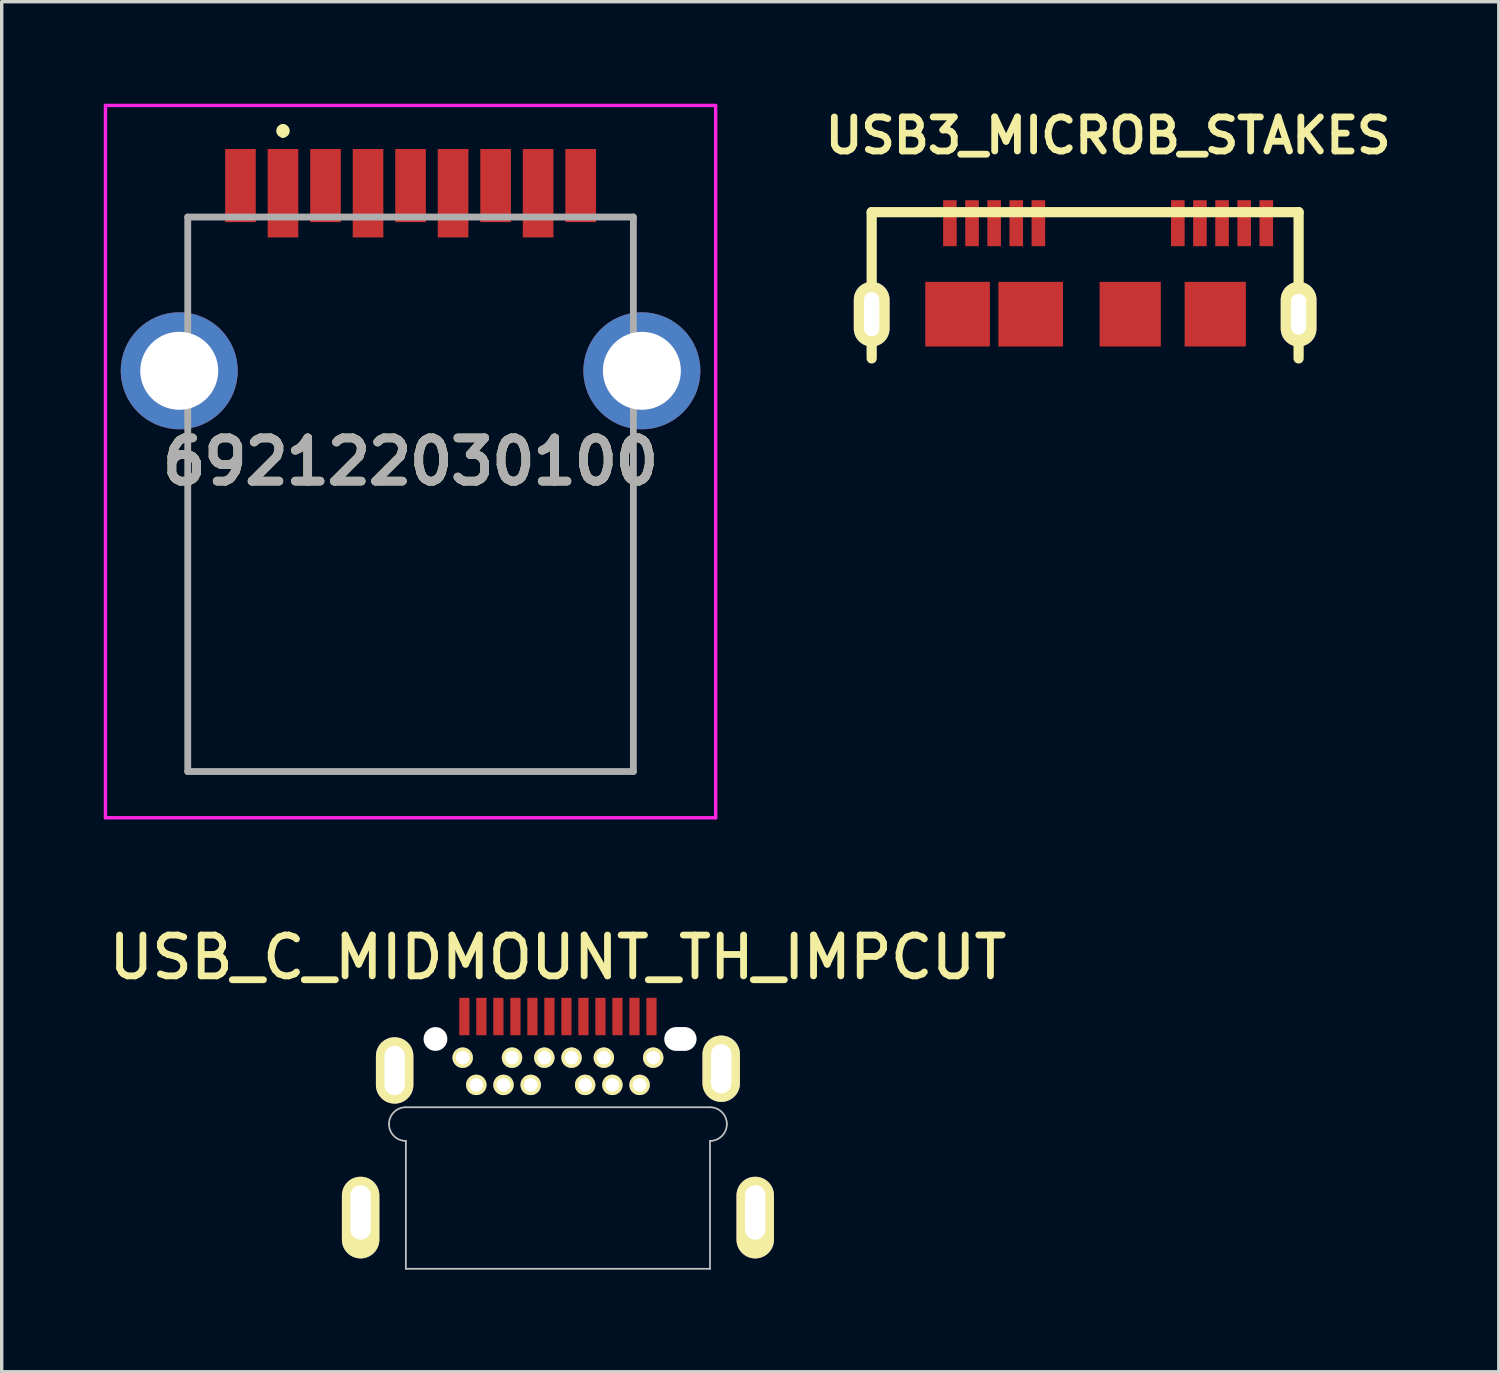
<source format=kicad_pcb>
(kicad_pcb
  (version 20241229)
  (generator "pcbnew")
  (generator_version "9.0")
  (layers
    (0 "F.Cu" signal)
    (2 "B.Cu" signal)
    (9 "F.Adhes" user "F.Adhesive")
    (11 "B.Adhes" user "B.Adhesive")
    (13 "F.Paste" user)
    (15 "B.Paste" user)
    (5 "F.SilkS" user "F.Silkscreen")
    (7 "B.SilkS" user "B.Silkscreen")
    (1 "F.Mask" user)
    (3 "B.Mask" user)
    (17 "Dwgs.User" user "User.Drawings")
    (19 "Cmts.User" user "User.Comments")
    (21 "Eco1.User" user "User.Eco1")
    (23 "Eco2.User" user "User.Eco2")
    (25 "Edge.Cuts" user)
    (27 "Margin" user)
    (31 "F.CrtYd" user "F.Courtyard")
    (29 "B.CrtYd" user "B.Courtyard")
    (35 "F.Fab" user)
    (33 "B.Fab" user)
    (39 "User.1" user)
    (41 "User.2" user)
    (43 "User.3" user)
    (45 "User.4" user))
  (footprint "USB3_MICROB_STAKES"
    (layer "F.Cu")
    (at 29.524 7.636)
    (property "Reference" "USB3_MICROB_STAKES" (at 0 -6.7 0) (layer "F.SilkS") (effects (font (size 1 1) (thickness 0.2))))
    (attr smd)
    (fp_line (start -6.95 -0.15) (end -6.95 -4.45) (stroke (width 0.3) (type solid)) (layer "F.SilkS"))
    (fp_line (start 5.6 -4.45) (end -6.95 -4.45) (stroke (width 0.3) (type solid)) (layer "F.SilkS"))
    (fp_line (start 5.6 -4.45) (end 5.6 -0.15) (stroke (width 0.3) (type solid)) (layer "F.SilkS"))
    (pad "1" smd rect (at -4.65 -4.125) (size 0.4 1.35) (layers "F.Cu" "F.Mask" "F.Paste"))
    (pad "2" smd rect (at -4 -4.125) (size 0.4 1.35) (layers "F.Cu" "F.Mask" "F.Paste"))
    (pad "3" smd rect (at -3.35 -4.125) (size 0.4 1.35) (layers "F.Cu" "F.Mask" "F.Paste"))
    (pad "4" smd rect (at -2.7 -4.125) (size 0.4 1.35) (layers "F.Cu" "F.Mask" "F.Paste"))
    (pad "5" smd rect (at -2.05 -4.125) (size 0.4 1.35) (layers "F.Cu" "F.Mask" "F.Paste"))
    (pad "6" smd rect (at 2.05 -4.125) (size 0.4 1.35) (layers "F.Cu" "F.Mask" "F.Paste"))
    (pad "7" smd rect (at 2.7 -4.125) (size 0.4 1.35) (layers "F.Cu" "F.Mask" "F.Paste"))
    (pad "8" smd rect (at 3.35 -4.125) (size 0.4 1.35) (layers "F.Cu" "F.Mask" "F.Paste"))
    (pad "9" smd rect (at 4 -4.125) (size 0.4 1.35) (layers "F.Cu" "F.Mask" "F.Paste"))
    (pad "10" smd rect (at 4.65 -4.125) (size 0.4 1.35) (layers "F.Cu" "F.Mask" "F.Paste"))
    (pad "11" thru_hole oval (at -6.95 -1.45) (size 1.05 1.9) (drill oval 0.45 1.3) (layers "*.Cu" "*.Mask" "F.SilkS" "F.Paste"))
    (pad "11" smd rect (at -4.425 -1.45) (size 1.9 1.9) (layers "F.Cu" "F.Mask" "F.Paste"))
    (pad "11" smd rect (at -2.275 -1.45) (size 1.9 1.9) (layers "F.Cu" "F.Mask" "F.Paste"))
    (pad "11" smd rect (at 0.65 -1.45) (size 1.8 1.9) (layers "F.Cu" "F.Mask" "F.Paste"))
    (pad "11" smd rect (at 3.15 -1.45) (size 1.8 1.9) (layers "F.Cu" "F.Mask" "F.Paste"))
    (pad "11" thru_hole oval (at 5.6 -1.45) (size 1.05 1.9) (drill oval 0.45 1.2) (layers "*.Cu" "*.Mask" "F.SilkS" "F.Paste")))
  (footprint "USB_C_MIDMOUNT_TH_IMPCUT"
    (layer "F.Cu")
    (at 13.351 27.492)
    (property "Reference" "USB_C_MIDMOUNT_TH_IMPCUT" (at 0 -2.4 0) (layer "F.SilkS") (effects (font (size 1.2 1.2) (thickness 0.2))))
    (attr smd)
    (fp_line (start -7.2 4) (end -7.2 6.25) (stroke (width 0.65) (type solid)) (layer "F.Paste"))
    (fp_line (start -7.2 6.25) (end -5.45 6.25) (stroke (width 0.65) (type solid)) (layer "F.Paste"))
    (fp_line (start -6.6 -0.5) (end -6.6 1.65) (stroke (width 0.65) (type solid)) (layer "F.Paste"))
    (fp_line (start -6.6 1.65) (end -4.45 1.65) (stroke (width 0.65) (type solid)) (layer "F.Paste"))
    (fp_line (start -6.6 4) (end -6.6 6.25) (stroke (width 0.65) (type solid)) (layer "F.Paste"))
    (fp_line (start -6.05 6.25) (end -6.05 4) (stroke (width 0.65) (type solid)) (layer "F.Paste"))
    (fp_line (start -6 -0.45) (end -6 1.65) (stroke (width 0.65) (type solid)) (layer "F.Paste"))
    (fp_line (start -5.45 4) (end -7.2 4) (stroke (width 0.65) (type solid)) (layer "F.Paste"))
    (fp_line (start -5.45 6.25) (end -5.45 4) (stroke (width 0.65) (type solid)) (layer "F.Paste"))
    (fp_line (start -5.4 -0.5) (end -5.4 1.65) (stroke (width 0.65) (type solid)) (layer "F.Paste"))
    (fp_line (start -4.9 -0.5) (end -4.9 1.65) (stroke (width 0.65) (type solid)) (layer "F.Paste"))
    (fp_line (start -4.45 -0.5) (end -6.6 -0.5) (stroke (width 0.65) (type solid)) (layer "F.Paste"))
    (fp_line (start -4.45 1.65) (end -4.45 -0.5) (stroke (width 0.65) (type solid)) (layer "F.Paste"))
    (fp_line (start -2.8 0.55) (end -2.8 0.38) (stroke (width 0.65) (type solid)) (layer "F.Paste"))
    (fp_line (start -2.8 0.55) (end -2.4 0.55) (stroke (width 0.65) (type solid)) (layer "F.Paste"))
    (fp_line (start -2.8 1.5) (end -2.4 1.5) (stroke (width 0.65) (type solid)) (layer "F.Paste"))
    (fp_line (start -2.4 1.35) (end -2.4 1.5) (stroke (width 0.65) (type solid)) (layer "F.Paste"))
    (fp_line (start -1.6 1.35) (end -1.6 1.65) (stroke (width 0.65) (type solid)) (layer "F.Paste"))
    (fp_line (start -1.35 0.55) (end -1.6 0.55) (stroke (width 0.65) (type solid)) (layer "F.Paste"))
    (fp_line (start -1.35 0.55) (end -1.35 0.38) (stroke (width 0.65) (type solid)) (layer "F.Paste"))
    (fp_line (start -0.8 1.35) (end -0.8 1.5) (stroke (width 0.65) (type solid)) (layer "F.Paste"))
    (fp_line (start -0.8 1.5) (end -0.4 1.5) (stroke (width 0.65) (type solid)) (layer "F.Paste"))
    (fp_line (start -0.4 0.55) (end -0.55 0.55) (stroke (width 0.65) (type solid)) (layer "F.Paste"))
    (fp_line (start -0.4 0.55) (end -0.4 0.38) (stroke (width 0.65) (type solid)) (layer "F.Paste"))
    (fp_line (start 0.4 0.55) (end 0.4 0.38) (stroke (width 0.65) (type solid)) (layer "F.Paste"))
    (fp_line (start 0.4 0.55) (end 0.55 0.55) (stroke (width 0.65) (type solid)) (layer "F.Paste"))
    (fp_line (start 0.4 1.5) (end 0.8 1.5) (stroke (width 0.65) (type solid)) (layer "F.Paste"))
    (fp_line (start 0.8 1.35) (end 0.8 1.5) (stroke (width 0.65) (type solid)) (layer "F.Paste"))
    (fp_line (start 1.35 0.55) (end 1.35 0.38) (stroke (width 0.65) (type solid)) (layer "F.Paste"))
    (fp_line (start 1.35 0.55) (end 1.6 0.55) (stroke (width 0.65) (type solid)) (layer "F.Paste"))
    (fp_line (start 1.6 1.35) (end 1.6 1.65) (stroke (width 0.65) (type solid)) (layer "F.Paste"))
    (fp_line (start 2.4 1.35) (end 2.4 1.5) (stroke (width 0.65) (type solid)) (layer "F.Paste"))
    (fp_line (start 2.4 1.5) (end 2.8 1.5) (stroke (width 0.65) (type solid)) (layer "F.Paste"))
    (fp_line (start 2.8 0.55) (end 2.4 0.55) (stroke (width 0.65) (type solid)) (layer "F.Paste"))
    (fp_line (start 2.8 0.55) (end 2.8 0.38) (stroke (width 0.65) (type solid)) (layer "F.Paste"))
    (fp_line (start 4.45 -0.5) (end 4.45 1.65) (stroke (width 0.65) (type solid)) (layer "F.Paste"))
    (fp_line (start 4.45 1.65) (end 6.6 1.65) (stroke (width 0.65) (type solid)) (layer "F.Paste"))
    (fp_line (start 5.05 -0.45) (end 5.05 1.65) (stroke (width 0.65) (type solid)) (layer "F.Paste"))
    (fp_line (start 5.45 4) (end 5.45 6.25) (stroke (width 0.65) (type solid)) (layer "F.Paste"))
    (fp_line (start 5.45 6.25) (end 7.2 6.25) (stroke (width 0.65) (type solid)) (layer "F.Paste"))
    (fp_line (start 5.65 -0.5) (end 5.65 1.65) (stroke (width 0.65) (type solid)) (layer "F.Paste"))
    (fp_line (start 6.05 4) (end 6.05 6.25) (stroke (width 0.65) (type solid)) (layer "F.Paste"))
    (fp_line (start 6.15 -0.5) (end 6.15 1.65) (stroke (width 0.65) (type solid)) (layer "F.Paste"))
    (fp_line (start 6.6 -0.5) (end 4.45 -0.5) (stroke (width 0.65) (type solid)) (layer "F.Paste"))
    (fp_line (start 6.6 1.65) (end 6.6 -0.5) (stroke (width 0.65) (type solid)) (layer "F.Paste"))
    (fp_line (start 6.6 6.25) (end 6.6 4) (stroke (width 0.65) (type solid)) (layer "F.Paste"))
    (fp_line (start 7.2 4) (end 5.45 4) (stroke (width 0.65) (type solid)) (layer "F.Paste"))
    (fp_line (start 7.2 6.25) (end 7.2 4) (stroke (width 0.65) (type solid)) (layer "F.Paste"))
    (fp_line (start -4.47 2.007) (end 4.47 2.007) (stroke (width 0.051) (type solid)) (layer "Dwgs.User"))
    (fp_line (start -4.47 6.756) (end -4.47 2.997) (stroke (width 0.051) (type solid)) (layer "Dwgs.User"))
    (fp_line (start 4.47 2.997) (end 4.47 6.756) (stroke (width 0.051) (type solid)) (layer "Dwgs.User"))
    (fp_line (start 4.47 6.756) (end -4.47 6.756) (stroke (width 0.051) (type solid)) (layer "Dwgs.User"))
    (fp_arc (start -4.9657 2.5019) (mid -4.82063 2.15167) (end -4.4704 2.0066) (stroke (width 0.0508) (type solid)) (layer "Dwgs.User"))
    (fp_arc (start -4.4704 2.9972) (mid -4.82063 2.85213) (end -4.9657 2.5019) (stroke (width 0.0508) (type solid)) (layer "Dwgs.User"))
    (fp_arc (start 4.4704 2.0066) (mid 4.82063 2.15167) (end 4.9657 2.5019) (stroke (width 0.0508) (type solid)) (layer "Dwgs.User"))
    (fp_arc (start 4.9657 2.5019) (mid 4.82063 2.85213) (end 4.4704 2.9972) (stroke (width 0.0508) (type solid)) (layer "Dwgs.User"))
    (pad "" np_thru_hole circle (at -3.6 0) (size 0.7 0.7) (drill 0.7) (layers "*.Cu" "*.Mask"))
    (pad "" np_thru_hole oval (at 3.6 0) (size 0.95 0.7) (drill oval 0.95 0.7) (layers "*.Cu" "*.Mask"))
    (pad "1" smd rect (at -2.75 -0.66) (size 0.3 1.1) (layers "F.Cu" "F.Mask" "F.Paste"))
    (pad "2" smd rect (at -2.25 -0.66) (size 0.3 1.1) (layers "F.Cu" "F.Mask" "F.Paste"))
    (pad "3" smd rect (at -1.75 -0.66) (size 0.3 1.1) (layers "F.Cu" "F.Mask" "F.Paste"))
    (pad "4" smd rect (at -1.25 -0.66) (size 0.3 1.1) (layers "F.Cu" "F.Mask" "F.Paste"))
    (pad "5" smd rect (at -0.75 -0.66) (size 0.3 1.1) (layers "F.Cu" "F.Mask" "F.Paste"))
    (pad "6" smd rect (at -0.25 -0.66) (size 0.3 1.1) (layers "F.Cu" "F.Mask" "F.Paste"))
    (pad "7" smd rect (at 0.25 -0.66) (size 0.3 1.1) (layers "F.Cu" "F.Mask" "F.Paste"))
    (pad "8" smd rect (at 0.75 -0.66) (size 0.3 1.1) (layers "F.Cu" "F.Mask" "F.Paste"))
    (pad "9" smd rect (at 1.25 -0.66) (size 0.3 1.1) (layers "F.Cu" "F.Mask" "F.Paste"))
    (pad "10" smd rect (at 1.75 -0.66) (size 0.3 1.1) (layers "F.Cu" "F.Mask" "F.Paste"))
    (pad "11" smd rect (at 2.25 -0.66) (size 0.3 1.1) (layers "F.Cu" "F.Mask" "F.Paste"))
    (pad "12" smd rect (at 2.75 -0.66) (size 0.3 1.1) (layers "F.Cu" "F.Mask" "F.Paste"))
    (pad "13" thru_hole circle (at 2.8 0.55) (size 0.6 0.6) (drill 0.4) (layers "*.Cu" "*.Mask" "F.SilkS"))
    (pad "14" thru_hole circle (at 2.4 1.35) (size 0.6 0.6) (drill 0.4) (layers "*.Cu" "*.Mask" "F.SilkS"))
    (pad "15" thru_hole circle (at 1.6 1.35) (size 0.6 0.6) (drill 0.4) (layers "*.Cu" "*.Mask" "F.SilkS"))
    (pad "16" thru_hole circle (at 1.35 0.55) (size 0.6 0.6) (drill 0.4) (layers "*.Cu" "*.Mask" "F.SilkS"))
    (pad "17" thru_hole circle (at 0.8 1.35) (size 0.6 0.6) (drill 0.4) (layers "*.Cu" "*.Mask" "F.SilkS"))
    (pad "18" thru_hole circle (at 0.4 0.55) (size 0.6 0.6) (drill 0.4) (layers "*.Cu" "*.Mask" "F.SilkS"))
    (pad "19" thru_hole circle (at -0.4 0.55) (size 0.6 0.6) (drill 0.4) (layers "*.Cu" "*.Mask" "F.SilkS"))
    (pad "20" thru_hole circle (at -0.8 1.35) (size 0.6 0.6) (drill 0.4) (layers "*.Cu" "*.Mask" "F.SilkS"))
    (pad "21" thru_hole circle (at -1.35 0.55) (size 0.6 0.6) (drill 0.4) (layers "*.Cu" "*.Mask" "F.SilkS"))
    (pad "22" thru_hole circle (at -1.6 1.35) (size 0.6 0.6) (drill 0.4) (layers "*.Cu" "*.Mask" "F.SilkS"))
    (pad "23" thru_hole circle (at -2.4 1.35) (size 0.6 0.6) (drill 0.4) (layers "*.Cu" "*.Mask" "F.SilkS"))
    (pad "24" thru_hole circle (at -2.8 0.55) (size 0.6 0.6) (drill 0.4) (layers "*.Cu" "*.Mask" "F.SilkS"))
    (pad "25" thru_hole oval (at -5.8 5.1) (size 1.1 2.4) (drill oval 0.6 1.6 (offset 0 0.15)) (layers "*.Cu" "*.Mask" "F.SilkS"))
    (pad "25" thru_hole oval (at -4.8 0.925) (size 1.1 1.95) (drill oval 0.6 1.45) (layers "*.Cu" "*.Mask" "F.SilkS"))
    (pad "25" thru_hole oval (at 4.8 0.875) (size 1.1 1.95) (drill oval 0.6 1.45) (layers "*.Cu" "*.Mask" "F.SilkS"))
    (pad "25" thru_hole oval (at 5.8 5.1) (size 1.1 2.4) (drill oval 0.6 1.6 (offset 0 0.15)) (layers "*.Cu" "*.Mask" "F.SilkS")))
  (footprint "692122030100"
    (layer "F.Cu")
    (at 9.019 7.85)
    (property "Reference" "692122030100" (at 0 2.669 0) (layer "F.SilkS") (effects (font (size 1.27 1.27) (thickness 0.254))))
    (attr through_hole)
    (fp_line (start -6.55 -4.52) (end -6.55 -2.52) (stroke (width 0.1) (type solid)) (layer "F.SilkS"))
    (fp_line (start -6.55 2.479) (end -6.55 11.78) (stroke (width 0.1) (type solid)) (layer "F.SilkS"))
    (fp_line (start -6.55 11.78) (end 6.55 11.78) (stroke (width 0.1) (type solid)) (layer "F.SilkS"))
    (fp_line (start -3.75 -7.153) (end -3.75 -7.153) (stroke (width 0.2) (type solid)) (layer "F.SilkS"))
    (fp_line (start -3.75 -6.953) (end -3.75 -6.953) (stroke (width 0.2) (type solid)) (layer "F.SilkS"))
    (fp_line (start 6.55 -4.52) (end 6.55 -2.52) (stroke (width 0.1) (type solid)) (layer "F.SilkS"))
    (fp_line (start 6.55 11.78) (end 6.55 2.479) (stroke (width 0.1) (type solid)) (layer "F.SilkS"))
    (fp_arc (start -3.75 -7.153) (mid -3.65 -7.053) (end -3.75 -6.953) (stroke (width 0.2) (type solid)) (layer "F.SilkS"))
    (fp_arc (start -3.75 -6.953) (mid -3.85 -7.053) (end -3.75 -7.153) (stroke (width 0.2) (type solid)) (layer "F.SilkS"))
    (fp_line (start -8.969 -7.8) (end 8.969 -7.8) (stroke (width 0.1) (type solid)) (layer "F.CrtYd"))
    (fp_line (start -8.969 13.139) (end -8.969 -7.8) (stroke (width 0.1) (type solid)) (layer "F.CrtYd"))
    (fp_line (start 8.969 -7.8) (end 8.969 13.139) (stroke (width 0.1) (type solid)) (layer "F.CrtYd"))
    (fp_line (start 8.969 13.139) (end -8.969 13.139) (stroke (width 0.1) (type solid)) (layer "F.CrtYd"))
    (fp_line (start -6.55 -4.52) (end 6.55 -4.52) (stroke (width 0.2) (type solid)) (layer "F.Fab"))
    (fp_line (start -6.55 11.78) (end -6.55 -4.52) (stroke (width 0.2) (type solid)) (layer "F.Fab"))
    (fp_line (start 6.55 -4.52) (end 6.55 11.78) (stroke (width 0.2) (type solid)) (layer "F.Fab"))
    (fp_line (start 6.55 11.78) (end -6.55 11.78) (stroke (width 0.2) (type solid)) (layer "F.Fab"))
    (fp_text user "${REFERENCE}" (at 0 2.669 0) (layer "F.Fab") (effects (font (size 1.27 1.27) (thickness 0.254))))
    (pad "" np_thru_hole circle (at -3.4 0) (size 0.001 0.001) (drill 2) (layers "*.Cu" "*.Mask"))
    (pad "" np_thru_hole circle (at 3.4 0) (size 0.001 0.001) (drill 2) (layers "*.Cu" "*.Mask"))
    (pad "1" smd rect (at -3.75 -5.22) (size 0.9 2.6) (layers "F.Cu" "F.Mask" "F.Paste"))
    (pad "2" smd rect (at -1.25 -5.22) (size 0.9 2.6) (layers "F.Cu" "F.Mask" "F.Paste"))
    (pad "3" smd rect (at 1.25 -5.22) (size 0.9 2.6) (layers "F.Cu" "F.Mask" "F.Paste"))
    (pad "4" smd rect (at 3.75 -5.22) (size 0.9 2.6) (layers "F.Cu" "F.Mask" "F.Paste"))
    (pad "5" smd rect (at 5 -5.445) (size 0.9 2.15) (layers "F.Cu" "F.Mask" "F.Paste"))
    (pad "6" smd rect (at 2.5 -5.445) (size 0.9 2.15) (layers "F.Cu" "F.Mask" "F.Paste"))
    (pad "7" smd rect (at 0 -5.445) (size 0.9 2.15) (layers "F.Cu" "F.Mask" "F.Paste"))
    (pad "8" smd rect (at -2.5 -5.445) (size 0.9 2.15) (layers "F.Cu" "F.Mask" "F.Paste"))
    (pad "9" smd rect (at -5 -5.445) (size 0.9 2.15) (layers "F.Cu" "F.Mask" "F.Paste"))
    (pad "MH1" thru_hole circle (at -6.8 0) (size 3.438 3.438) (drill 2.292) (layers "*.Cu" "*.Mask"))
    (pad "MH2" thru_hole circle (at 6.8 0) (size 3.438 3.438) (drill 2.292) (layers "*.Cu" "*.Mask")))
  (gr_rect
    (start -3 -3)
    (end 41.009 37.274)
    (stroke (width 0.1) (type default))
    (fill no)
    (layer "Edge.Cuts")))
</source>
